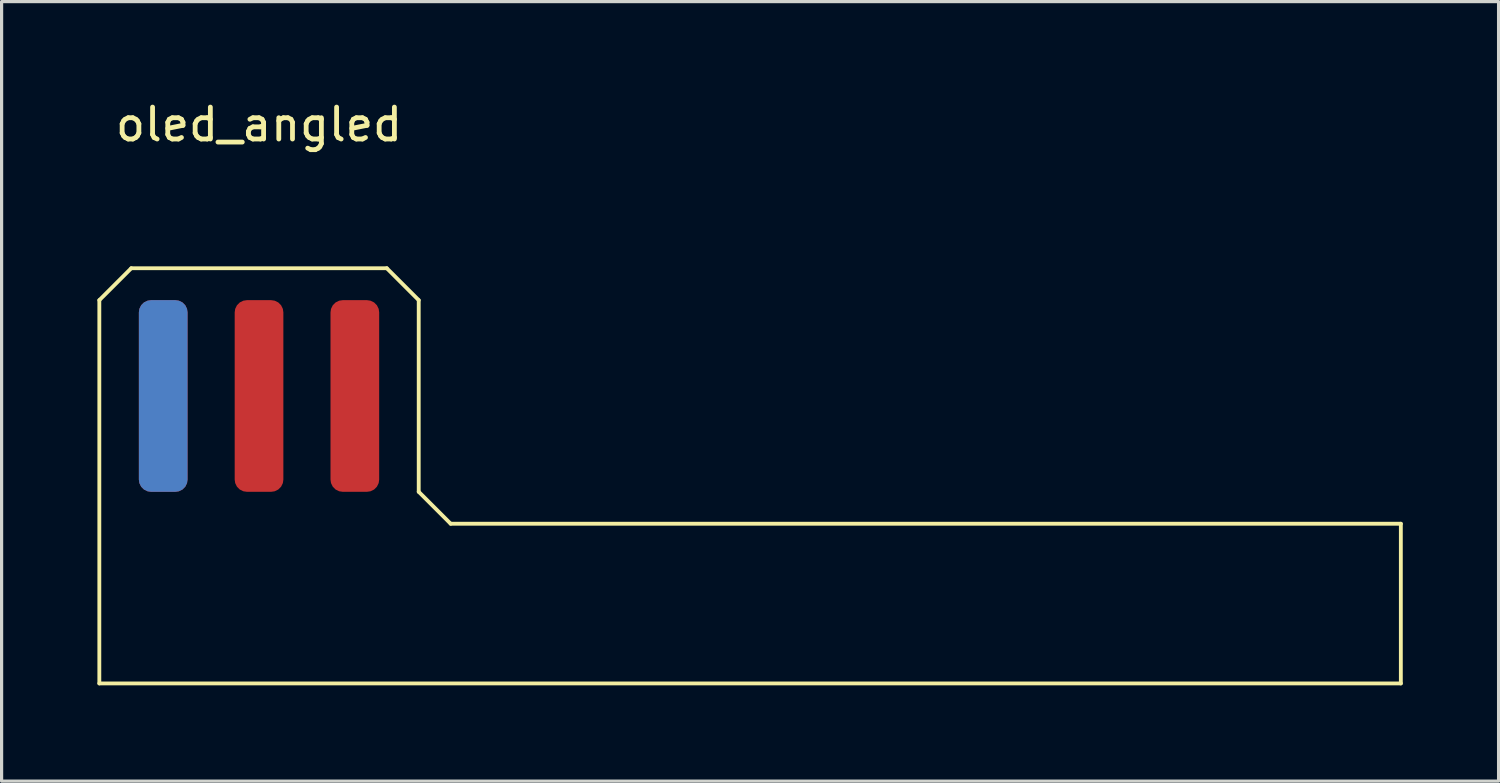
<source format=kicad_pcb>
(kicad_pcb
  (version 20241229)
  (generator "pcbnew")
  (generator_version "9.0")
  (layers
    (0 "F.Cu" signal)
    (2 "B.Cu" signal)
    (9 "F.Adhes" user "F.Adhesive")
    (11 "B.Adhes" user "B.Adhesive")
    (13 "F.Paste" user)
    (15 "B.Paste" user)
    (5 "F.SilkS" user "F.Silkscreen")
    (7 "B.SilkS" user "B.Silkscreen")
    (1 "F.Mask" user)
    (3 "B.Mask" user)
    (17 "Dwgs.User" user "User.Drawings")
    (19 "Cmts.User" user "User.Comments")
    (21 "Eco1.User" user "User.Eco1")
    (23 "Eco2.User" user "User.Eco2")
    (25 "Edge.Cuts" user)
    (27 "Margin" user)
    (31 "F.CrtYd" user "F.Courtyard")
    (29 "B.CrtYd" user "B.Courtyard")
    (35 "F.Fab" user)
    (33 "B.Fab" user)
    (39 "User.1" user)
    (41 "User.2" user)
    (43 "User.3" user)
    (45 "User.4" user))
  (footprint "oled_angled"
    (layer "F.Cu")
    (at 2.06 9.348)
    (property "Reference" "oled_angled" (at 3 -8.5 0) (unlocked yes) (layer "F.SilkS") (effects (font (size 1 1) (thickness 0.15))))
    (attr smd)
    (fp_line (start -2 -3) (end -1 -4) (stroke (width 0.12) (type solid)) (layer "F.SilkS"))
    (fp_line (start -2 9) (end -2 -3) (stroke (width 0.12) (type solid)) (layer "F.SilkS"))
    (fp_line (start -2 9) (end 38.75 9) (stroke (width 0.12) (type solid)) (layer "F.SilkS"))
    (fp_line (start -1 -4) (end 7 -4) (stroke (width 0.12) (type solid)) (layer "F.SilkS"))
    (fp_line (start 7 -4) (end 8 -3) (stroke (width 0.12) (type solid)) (layer "F.SilkS"))
    (fp_line (start 8 -3) (end 8 3) (stroke (width 0.12) (type solid)) (layer "F.SilkS"))
    (fp_line (start 8 3) (end 9 4) (stroke (width 0.12) (type solid)) (layer "F.SilkS"))
    (fp_line (start 9 4) (end 38.75 4) (stroke (width 0.12) (type solid)) (layer "F.SilkS"))
    (fp_line (start 38.75 4) (end 38.75 9) (stroke (width 0.12) (type solid)) (layer "F.SilkS"))
    (pad "1" smd roundrect (at 0 0 270) (size 6 1.524) (layers "B.Cu" "B.Mask" "B.Paste") (roundrect_rratio 0.25))
    (pad "2" smd roundrect (at 0 0 90) (size 6 1.524) (layers "F.Cu" "F.Mask" "F.Paste") (roundrect_rratio 0.25))
    (pad "3" smd roundrect (at 3 0 90) (size 6 1.524) (layers "F.Cu" "F.Mask" "F.Paste") (roundrect_rratio 0.25))
    (pad "4" smd roundrect (at 6 0 90) (size 6 1.524) (layers "F.Cu" "F.Mask" "F.Paste") (roundrect_rratio 0.25)))
  (gr_rect
    (start -3 -3)
    (end 43.87 21.408)
    (stroke (width 0.1) (type default))
    (fill no)
    (layer "Edge.Cuts")))
</source>
